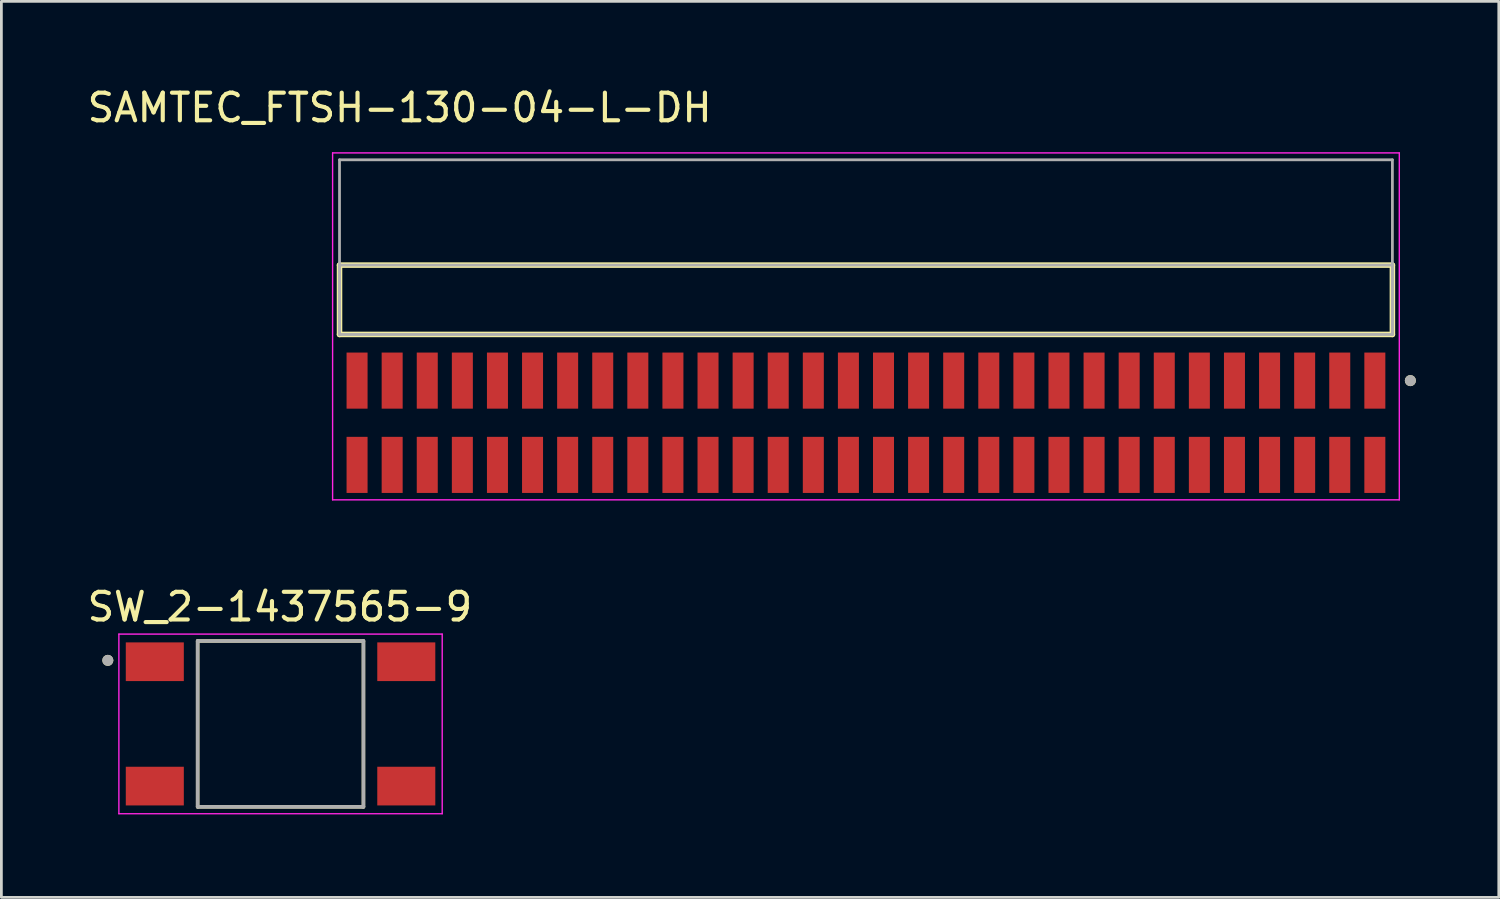
<source format=kicad_pcb>
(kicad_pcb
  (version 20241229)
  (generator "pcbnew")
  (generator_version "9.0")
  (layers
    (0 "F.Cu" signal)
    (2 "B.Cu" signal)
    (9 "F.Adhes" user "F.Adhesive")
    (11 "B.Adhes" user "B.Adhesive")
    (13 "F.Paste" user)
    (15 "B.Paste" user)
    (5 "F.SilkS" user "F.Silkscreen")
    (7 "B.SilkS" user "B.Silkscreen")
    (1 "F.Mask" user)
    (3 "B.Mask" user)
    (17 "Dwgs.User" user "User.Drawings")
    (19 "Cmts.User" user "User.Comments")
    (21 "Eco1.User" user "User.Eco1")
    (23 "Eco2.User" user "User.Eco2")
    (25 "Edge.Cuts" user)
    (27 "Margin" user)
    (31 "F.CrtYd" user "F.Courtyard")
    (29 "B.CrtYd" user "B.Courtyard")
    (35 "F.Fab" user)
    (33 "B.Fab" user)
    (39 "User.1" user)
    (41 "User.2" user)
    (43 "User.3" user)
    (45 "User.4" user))
  (footprint "SW_2-1437565-9"
    (layer "F.Cu")
    (at 7.102 23.146)
    (property "Reference" "SW_2-1437565-9" (at -0.025 -4.235 0) (layer "F.SilkS") (effects (font (size 1 1) (thickness 0.15))))
    (attr through_hole)
    (fp_line (start -3 3) (end -3 -3) (stroke (width 0.127) (type solid)) (layer "F.SilkS"))
    (fp_line (start 3 -3) (end -3 -3) (stroke (width 0.127) (type solid)) (layer "F.SilkS"))
    (fp_line (start 3 -3) (end 3 3) (stroke (width 0.127) (type solid)) (layer "F.SilkS"))
    (fp_line (start 3 3) (end -3 3) (stroke (width 0.127) (type solid)) (layer "F.SilkS"))
    (fp_circle (center -6.25 -2.3) (end -6.15 -2.3) (stroke (width 0.2) (type solid)) (fill no) (layer "F.SilkS"))
    (fp_line (start -5.85 -3.25) (end -5.85 3.25) (stroke (width 0.05) (type solid)) (layer "F.CrtYd"))
    (fp_line (start -5.85 3.25) (end 5.85 3.25) (stroke (width 0.05) (type solid)) (layer "F.CrtYd"))
    (fp_line (start 5.85 -3.25) (end -5.85 -3.25) (stroke (width 0.05) (type solid)) (layer "F.CrtYd"))
    (fp_line (start 5.85 3.25) (end 5.85 -3.25) (stroke (width 0.05) (type solid)) (layer "F.CrtYd"))
    (fp_line (start -3 -3) (end -3 3) (stroke (width 0.127) (type solid)) (layer "F.Fab"))
    (fp_line (start -3 3) (end 3 3) (stroke (width 0.127) (type solid)) (layer "F.Fab"))
    (fp_line (start 3 -3) (end -3 -3) (stroke (width 0.127) (type solid)) (layer "F.Fab"))
    (fp_line (start 3 3) (end 3 -3) (stroke (width 0.127) (type solid)) (layer "F.Fab"))
    (fp_circle (center -6.25 -2.3) (end -6.15 -2.3) (stroke (width 0.2) (type solid)) (fill no) (layer "F.Fab"))
    (pad "1" smd rect (at -4.55 -2.25) (size 2.1 1.4) (layers "F.Cu" "F.Mask" "F.Paste"))
    (pad "1" smd rect (at 4.55 -2.25) (size 2.1 1.4) (layers "F.Cu" "F.Mask" "F.Paste"))
    (pad "2" smd rect (at -4.55 2.25) (size 2.1 1.4) (layers "F.Cu" "F.Mask" "F.Paste"))
    (pad "2" smd rect (at 4.55 2.25) (size 2.1 1.4) (layers "F.Cu" "F.Mask" "F.Paste")))
  (footprint "SAMTEC_FTSH-130-04-L-DH"
    (layer "F.Cu")
    (at 28.286 12.248)
    (property "Reference" "SAMTEC_FTSH-130-04-L-DH" (at -16.875 -11.4 0) (layer "F.SilkS") (effects (font (size 1 1) (thickness 0.15))))
    (attr through_hole)
    (fp_line (start -19.05 -3.195) (end -19.05 -5.705) (stroke (width 0.2) (type solid)) (layer "F.SilkS"))
    (fp_line (start 19.05 -5.705) (end -19.05 -5.705) (stroke (width 0.2) (type solid)) (layer "F.SilkS"))
    (fp_line (start 19.05 -5.705) (end 19.05 -3.195) (stroke (width 0.2) (type solid)) (layer "F.SilkS"))
    (fp_line (start 19.05 -3.195) (end -19.05 -3.195) (stroke (width 0.2) (type solid)) (layer "F.SilkS"))
    (fp_circle (center 19.7 -1.525) (end 19.8 -1.525) (stroke (width 0.2) (type solid)) (fill no) (layer "F.SilkS"))
    (fp_line (start -19.3 -9.765) (end 19.3 -9.765) (stroke (width 0.05) (type solid)) (layer "F.CrtYd"))
    (fp_line (start -19.3 2.79) (end -19.3 -9.765) (stroke (width 0.05) (type solid)) (layer "F.CrtYd"))
    (fp_line (start 19.3 -9.765) (end 19.3 2.79) (stroke (width 0.05) (type solid)) (layer "F.CrtYd"))
    (fp_line (start 19.3 2.79) (end -19.3 2.79) (stroke (width 0.05) (type solid)) (layer "F.CrtYd"))
    (fp_line (start -19.05 -9.515) (end 19.05 -9.515) (stroke (width 0.1) (type solid)) (layer "F.Fab"))
    (fp_line (start -19.05 -5.705) (end 19.05 -5.705) (stroke (width 0.1) (type solid)) (layer "F.Fab"))
    (fp_line (start -19.05 -3.195) (end -19.05 -9.515) (stroke (width 0.1) (type solid)) (layer "F.Fab"))
    (fp_line (start -19.05 -3.195) (end -19.05 -5.705) (stroke (width 0.1) (type solid)) (layer "F.Fab"))
    (fp_line (start 19.05 -9.515) (end 19.05 -3.195) (stroke (width 0.1) (type solid)) (layer "F.Fab"))
    (fp_line (start 19.05 -5.705) (end 19.05 -3.195) (stroke (width 0.1) (type solid)) (layer "F.Fab"))
    (fp_line (start 19.05 -3.195) (end -19.05 -3.195) (stroke (width 0.1) (type solid)) (layer "F.Fab"))
    (fp_circle (center 19.7 -1.525) (end 19.8 -1.525) (stroke (width 0.2) (type solid)) (fill no) (layer "F.Fab"))
    (pad "1" smd rect (at 18.415 1.525) (size 0.76 2.03) (layers "F.Cu" "F.Mask" "F.Paste"))
    (pad "2" smd rect (at 18.415 -1.525) (size 0.76 2.03) (layers "F.Cu" "F.Mask" "F.Paste"))
    (pad "3" smd rect (at 17.145 1.525) (size 0.76 2.03) (layers "F.Cu" "F.Mask" "F.Paste"))
    (pad "4" smd rect (at 17.145 -1.525) (size 0.76 2.03) (layers "F.Cu" "F.Mask" "F.Paste"))
    (pad "5" smd rect (at 15.875 1.525) (size 0.76 2.03) (layers "F.Cu" "F.Mask" "F.Paste"))
    (pad "6" smd rect (at 15.875 -1.525) (size 0.76 2.03) (layers "F.Cu" "F.Mask" "F.Paste"))
    (pad "7" smd rect (at 14.605 1.525) (size 0.76 2.03) (layers "F.Cu" "F.Mask" "F.Paste"))
    (pad "8" smd rect (at 14.605 -1.525) (size 0.76 2.03) (layers "F.Cu" "F.Mask" "F.Paste"))
    (pad "9" smd rect (at 13.335 1.525) (size 0.76 2.03) (layers "F.Cu" "F.Mask" "F.Paste"))
    (pad "10" smd rect (at 13.335 -1.525) (size 0.76 2.03) (layers "F.Cu" "F.Mask" "F.Paste"))
    (pad "11" smd rect (at 12.065 1.525) (size 0.76 2.03) (layers "F.Cu" "F.Mask" "F.Paste"))
    (pad "12" smd rect (at 12.065 -1.525) (size 0.76 2.03) (layers "F.Cu" "F.Mask" "F.Paste"))
    (pad "13" smd rect (at 10.795 1.525) (size 0.76 2.03) (layers "F.Cu" "F.Mask" "F.Paste"))
    (pad "14" smd rect (at 10.795 -1.525) (size 0.76 2.03) (layers "F.Cu" "F.Mask" "F.Paste"))
    (pad "15" smd rect (at 9.525 1.525) (size 0.76 2.03) (layers "F.Cu" "F.Mask" "F.Paste"))
    (pad "16" smd rect (at 9.525 -1.525) (size 0.76 2.03) (layers "F.Cu" "F.Mask" "F.Paste"))
    (pad "17" smd rect (at 8.255 1.525) (size 0.76 2.03) (layers "F.Cu" "F.Mask" "F.Paste"))
    (pad "18" smd rect (at 8.255 -1.525) (size 0.76 2.03) (layers "F.Cu" "F.Mask" "F.Paste"))
    (pad "19" smd rect (at 6.985 1.525) (size 0.76 2.03) (layers "F.Cu" "F.Mask" "F.Paste"))
    (pad "20" smd rect (at 6.985 -1.525) (size 0.76 2.03) (layers "F.Cu" "F.Mask" "F.Paste"))
    (pad "21" smd rect (at 5.715 1.525) (size 0.76 2.03) (layers "F.Cu" "F.Mask" "F.Paste"))
    (pad "22" smd rect (at 5.715 -1.525) (size 0.76 2.03) (layers "F.Cu" "F.Mask" "F.Paste"))
    (pad "23" smd rect (at 4.445 1.525) (size 0.76 2.03) (layers "F.Cu" "F.Mask" "F.Paste"))
    (pad "24" smd rect (at 4.445 -1.525) (size 0.76 2.03) (layers "F.Cu" "F.Mask" "F.Paste"))
    (pad "25" smd rect (at 3.175 1.525) (size 0.76 2.03) (layers "F.Cu" "F.Mask" "F.Paste"))
    (pad "26" smd rect (at 3.175 -1.525) (size 0.76 2.03) (layers "F.Cu" "F.Mask" "F.Paste"))
    (pad "27" smd rect (at 1.905 1.525) (size 0.76 2.03) (layers "F.Cu" "F.Mask" "F.Paste"))
    (pad "28" smd rect (at 1.905 -1.525) (size 0.76 2.03) (layers "F.Cu" "F.Mask" "F.Paste"))
    (pad "29" smd rect (at 0.635 1.525) (size 0.76 2.03) (layers "F.Cu" "F.Mask" "F.Paste"))
    (pad "30" smd rect (at 0.635 -1.525) (size 0.76 2.03) (layers "F.Cu" "F.Mask" "F.Paste"))
    (pad "31" smd rect (at -0.635 1.525) (size 0.76 2.03) (layers "F.Cu" "F.Mask" "F.Paste"))
    (pad "32" smd rect (at -0.635 -1.525) (size 0.76 2.03) (layers "F.Cu" "F.Mask" "F.Paste"))
    (pad "33" smd rect (at -1.905 1.525) (size 0.76 2.03) (layers "F.Cu" "F.Mask" "F.Paste"))
    (pad "34" smd rect (at -1.905 -1.525) (size 0.76 2.03) (layers "F.Cu" "F.Mask" "F.Paste"))
    (pad "35" smd rect (at -3.175 1.525) (size 0.76 2.03) (layers "F.Cu" "F.Mask" "F.Paste"))
    (pad "36" smd rect (at -3.175 -1.525) (size 0.76 2.03) (layers "F.Cu" "F.Mask" "F.Paste"))
    (pad "37" smd rect (at -4.445 1.525) (size 0.76 2.03) (layers "F.Cu" "F.Mask" "F.Paste"))
    (pad "38" smd rect (at -4.445 -1.525) (size 0.76 2.03) (layers "F.Cu" "F.Mask" "F.Paste"))
    (pad "39" smd rect (at -5.715 1.525) (size 0.76 2.03) (layers "F.Cu" "F.Mask" "F.Paste"))
    (pad "40" smd rect (at -5.715 -1.525) (size 0.76 2.03) (layers "F.Cu" "F.Mask" "F.Paste"))
    (pad "41" smd rect (at -6.985 1.525) (size 0.76 2.03) (layers "F.Cu" "F.Mask" "F.Paste"))
    (pad "42" smd rect (at -6.985 -1.525) (size 0.76 2.03) (layers "F.Cu" "F.Mask" "F.Paste"))
    (pad "43" smd rect (at -8.255 1.525) (size 0.76 2.03) (layers "F.Cu" "F.Mask" "F.Paste"))
    (pad "44" smd rect (at -8.255 -1.525) (size 0.76 2.03) (layers "F.Cu" "F.Mask" "F.Paste"))
    (pad "45" smd rect (at -9.525 1.525) (size 0.76 2.03) (layers "F.Cu" "F.Mask" "F.Paste"))
    (pad "46" smd rect (at -9.525 -1.525) (size 0.76 2.03) (layers "F.Cu" "F.Mask" "F.Paste"))
    (pad "47" smd rect (at -10.795 1.525) (size 0.76 2.03) (layers "F.Cu" "F.Mask" "F.Paste"))
    (pad "48" smd rect (at -10.795 -1.525) (size 0.76 2.03) (layers "F.Cu" "F.Mask" "F.Paste"))
    (pad "49" smd rect (at -12.065 1.525) (size 0.76 2.03) (layers "F.Cu" "F.Mask" "F.Paste"))
    (pad "50" smd rect (at -12.065 -1.525) (size 0.76 2.03) (layers "F.Cu" "F.Mask" "F.Paste"))
    (pad "51" smd rect (at -13.335 1.525) (size 0.76 2.03) (layers "F.Cu" "F.Mask" "F.Paste"))
    (pad "52" smd rect (at -13.335 -1.525) (size 0.76 2.03) (layers "F.Cu" "F.Mask" "F.Paste"))
    (pad "53" smd rect (at -14.605 1.525) (size 0.76 2.03) (layers "F.Cu" "F.Mask" "F.Paste"))
    (pad "54" smd rect (at -14.605 -1.525) (size 0.76 2.03) (layers "F.Cu" "F.Mask" "F.Paste"))
    (pad "55" smd rect (at -15.875 1.525) (size 0.76 2.03) (layers "F.Cu" "F.Mask" "F.Paste"))
    (pad "56" smd rect (at -15.875 -1.525) (size 0.76 2.03) (layers "F.Cu" "F.Mask" "F.Paste"))
    (pad "57" smd rect (at -17.145 1.525) (size 0.76 2.03) (layers "F.Cu" "F.Mask" "F.Paste"))
    (pad "58" smd rect (at -17.145 -1.525) (size 0.76 2.03) (layers "F.Cu" "F.Mask" "F.Paste"))
    (pad "59" smd rect (at -18.415 1.525) (size 0.76 2.03) (layers "F.Cu" "F.Mask" "F.Paste"))
    (pad "60" smd rect (at -18.415 -1.525) (size 0.76 2.03) (layers "F.Cu" "F.Mask" "F.Paste")))
  (gr_rect
    (start -3 -3)
    (end 51.186 29.422)
    (stroke (width 0.1) (type default))
    (fill no)
    (layer "Edge.Cuts")))
</source>
